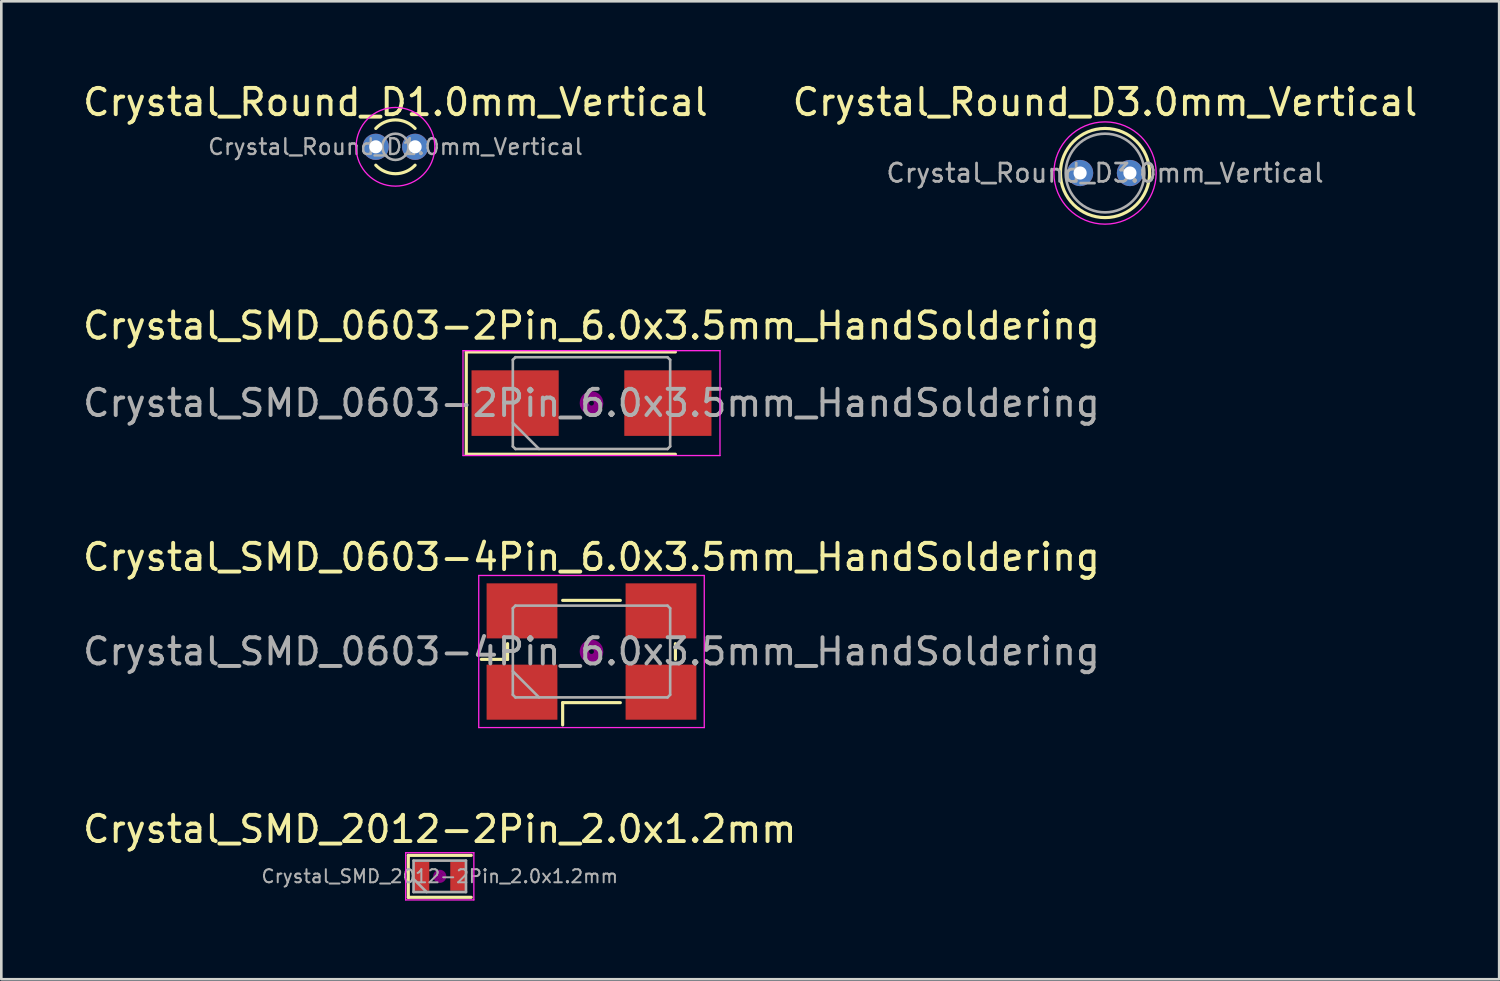
<source format=kicad_pcb>
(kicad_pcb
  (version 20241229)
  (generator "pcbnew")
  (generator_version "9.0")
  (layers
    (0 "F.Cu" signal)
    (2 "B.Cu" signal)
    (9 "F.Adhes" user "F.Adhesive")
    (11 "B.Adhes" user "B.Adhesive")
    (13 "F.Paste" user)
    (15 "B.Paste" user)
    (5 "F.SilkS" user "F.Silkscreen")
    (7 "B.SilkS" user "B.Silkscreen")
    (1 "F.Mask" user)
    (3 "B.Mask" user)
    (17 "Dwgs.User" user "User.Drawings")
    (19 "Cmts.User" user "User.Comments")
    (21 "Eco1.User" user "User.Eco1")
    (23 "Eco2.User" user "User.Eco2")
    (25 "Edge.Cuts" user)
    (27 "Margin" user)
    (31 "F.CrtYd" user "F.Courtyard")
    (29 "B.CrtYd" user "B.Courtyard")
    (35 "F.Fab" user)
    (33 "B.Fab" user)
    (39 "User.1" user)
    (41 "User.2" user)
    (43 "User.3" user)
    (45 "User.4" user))
  (footprint "Crystal_Round_D1.0mm_Vertical"
    (layer "F.Cu")
    (at 11.28 2.548)
    (property "Reference" "Crystal_Round_D1.0mm_Vertical" (at 0.75 -1.7 0) (layer "F.SilkS") (effects (font (size 1 1) (thickness 0.15))))
    (attr through_hole)
    (fp_arc (start 0 -0.7) (mid 0.749553 -1.025914) (end 1.49939 -0.700653) (stroke (width 0.12) (type solid)) (layer "F.SilkS"))
    (fp_arc (start 1.49939 0.700653) (mid 0.749553 1.025914) (end 0 0.7) (stroke (width 0.12) (type solid)) (layer "F.SilkS"))
    (fp_circle (center 0.75 0) (end 2.25 0) (stroke (width 0.05) (type solid)) (fill no) (layer "F.CrtYd"))
    (fp_circle (center 0.75 0) (end 1.25 0) (stroke (width 0.1) (type solid)) (fill no) (layer "F.Fab"))
    (fp_text user "${REFERENCE}" (at 0.75 0 0) (layer "F.Fab") (effects (font (size 0.6 0.6) (thickness 0.09))))
    (pad "1" thru_hole circle (at 0 0) (size 1 1) (drill 0.5) (layers "*.Cu" "*.Mask"))
    (pad "2" thru_hole circle (at 1.5 0) (size 1 1) (drill 0.5) (layers "*.Cu" "*.Mask")))
  (footprint "Crystal_SMD_0603-4Pin_6.0x3.5mm_HandSoldering"
    (layer "F.Cu")
    (at 19.506 21.795)
    (property "Reference" "Crystal_SMD_0603-4Pin_6.0x3.5mm_HandSoldering" (at 0 -3.6 0) (layer "F.SilkS") (effects (font (size 1 1) (thickness 0.15))))
    (attr smd)
    (fp_line (start -4.2 0.3) (end -3.2 0.3) (stroke (width 0.12) (type solid)) (layer "F.SilkS"))
    (fp_line (start -3.2 0.3) (end -3.2 -0.3) (stroke (width 0.12) (type solid)) (layer "F.SilkS"))
    (fp_line (start -1.1 -1.95) (end 1.1 -1.95) (stroke (width 0.12) (type solid)) (layer "F.SilkS"))
    (fp_line (start -1.1 1.95) (end -1.1 2.8) (stroke (width 0.12) (type solid)) (layer "F.SilkS"))
    (fp_line (start 1.1 1.95) (end -1.1 1.95) (stroke (width 0.12) (type solid)) (layer "F.SilkS"))
    (fp_line (start 3.2 -0.3) (end 3.2 0.3) (stroke (width 0.12) (type solid)) (layer "F.SilkS"))
    (fp_circle (center 0 0) (end 0.093 0) (stroke (width 0.187) (type solid)) (fill no) (layer "F.Adhes"))
    (fp_circle (center 0 0) (end 0.213 0) (stroke (width 0.133) (type solid)) (fill no) (layer "F.Adhes"))
    (fp_circle (center 0 0) (end 0.333 0) (stroke (width 0.133) (type solid)) (fill no) (layer "F.Adhes"))
    (fp_circle (center 0 0) (end 0.4 0) (stroke (width 0.1) (type solid)) (fill no) (layer "F.Adhes"))
    (fp_line (start -4.3 -2.9) (end -4.3 2.9) (stroke (width 0.05) (type solid)) (layer "F.CrtYd"))
    (fp_line (start -4.3 2.9) (end 4.3 2.9) (stroke (width 0.05) (type solid)) (layer "F.CrtYd"))
    (fp_line (start 4.3 -2.9) (end -4.3 -2.9) (stroke (width 0.05) (type solid)) (layer "F.CrtYd"))
    (fp_line (start 4.3 2.9) (end 4.3 -2.9) (stroke (width 0.05) (type solid)) (layer "F.CrtYd"))
    (fp_line (start -3 -1.65) (end -2.9 -1.75) (stroke (width 0.1) (type solid)) (layer "F.Fab"))
    (fp_line (start -3 0.75) (end -2 1.75) (stroke (width 0.1) (type solid)) (layer "F.Fab"))
    (fp_line (start -3 1.65) (end -3 -1.65) (stroke (width 0.1) (type solid)) (layer "F.Fab"))
    (fp_line (start -2.9 -1.75) (end 2.9 -1.75) (stroke (width 0.1) (type solid)) (layer "F.Fab"))
    (fp_line (start -2.9 1.75) (end -3 1.65) (stroke (width 0.1) (type solid)) (layer "F.Fab"))
    (fp_line (start 2.9 -1.75) (end 3 -1.65) (stroke (width 0.1) (type solid)) (layer "F.Fab"))
    (fp_line (start 2.9 1.75) (end -2.9 1.75) (stroke (width 0.1) (type solid)) (layer "F.Fab"))
    (fp_line (start 3 -1.65) (end 3 1.65) (stroke (width 0.1) (type solid)) (layer "F.Fab"))
    (fp_line (start 3 1.65) (end 2.9 1.75) (stroke (width 0.1) (type solid)) (layer "F.Fab"))
    (fp_text user "${REFERENCE}" (at 0 0 0) (layer "F.Fab") (effects (font (size 1 1) (thickness 0.15))))
    (pad "1" smd rect (at -2.65 1.55) (size 2.7 2.1) (layers "F.Cu" "F.Mask" "F.Paste"))
    (pad "2" smd rect (at 2.65 1.55) (size 2.7 2.1) (layers "F.Cu" "F.Mask" "F.Paste"))
    (pad "3" smd rect (at 2.65 -1.55) (size 2.7 2.1) (layers "F.Cu" "F.Mask" "F.Paste"))
    (pad "4" smd rect (at -2.65 -1.55) (size 2.7 2.1) (layers "F.Cu" "F.Mask" "F.Paste")))
  (footprint "Crystal_SMD_0603-2Pin_6.0x3.5mm_HandSoldering"
    (layer "F.Cu")
    (at 19.506 12.322)
    (property "Reference" "Crystal_SMD_0603-2Pin_6.0x3.5mm_HandSoldering" (at 0 -2.95 0) (layer "F.SilkS") (effects (font (size 1 1) (thickness 0.15))))
    (attr smd)
    (fp_line (start -4.775 -1.95) (end -4.775 1.95) (stroke (width 0.12) (type solid)) (layer "F.SilkS"))
    (fp_line (start -4.775 1.95) (end 3.2 1.95) (stroke (width 0.12) (type solid)) (layer "F.SilkS"))
    (fp_line (start 3.2 -1.95) (end -4.775 -1.95) (stroke (width 0.12) (type solid)) (layer "F.SilkS"))
    (fp_circle (center 0 0) (end 0.093 0) (stroke (width 0.187) (type solid)) (fill no) (layer "F.Adhes"))
    (fp_circle (center 0 0) (end 0.213 0) (stroke (width 0.133) (type solid)) (fill no) (layer "F.Adhes"))
    (fp_circle (center 0 0) (end 0.333 0) (stroke (width 0.133) (type solid)) (fill no) (layer "F.Adhes"))
    (fp_circle (center 0 0) (end 0.4 0) (stroke (width 0.1) (type solid)) (fill no) (layer "F.Adhes"))
    (fp_line (start -4.9 -2) (end -4.9 2) (stroke (width 0.05) (type solid)) (layer "F.CrtYd"))
    (fp_line (start -4.9 2) (end 4.9 2) (stroke (width 0.05) (type solid)) (layer "F.CrtYd"))
    (fp_line (start 4.9 -2) (end -4.9 -2) (stroke (width 0.05) (type solid)) (layer "F.CrtYd"))
    (fp_line (start 4.9 2) (end 4.9 -2) (stroke (width 0.05) (type solid)) (layer "F.CrtYd"))
    (fp_line (start -3 -1.65) (end -2.9 -1.75) (stroke (width 0.1) (type solid)) (layer "F.Fab"))
    (fp_line (start -3 0.75) (end -2 1.75) (stroke (width 0.1) (type solid)) (layer "F.Fab"))
    (fp_line (start -3 1.65) (end -3 -1.65) (stroke (width 0.1) (type solid)) (layer "F.Fab"))
    (fp_line (start -2.9 -1.75) (end 2.9 -1.75) (stroke (width 0.1) (type solid)) (layer "F.Fab"))
    (fp_line (start -2.9 1.75) (end -3 1.65) (stroke (width 0.1) (type solid)) (layer "F.Fab"))
    (fp_line (start 2.9 -1.75) (end 3 -1.65) (stroke (width 0.1) (type solid)) (layer "F.Fab"))
    (fp_line (start 2.9 1.75) (end -2.9 1.75) (stroke (width 0.1) (type solid)) (layer "F.Fab"))
    (fp_line (start 3 -1.65) (end 3 1.65) (stroke (width 0.1) (type solid)) (layer "F.Fab"))
    (fp_line (start 3 1.65) (end 2.9 1.75) (stroke (width 0.1) (type solid)) (layer "F.Fab"))
    (fp_text user "${REFERENCE}" (at 0 0 0) (layer "F.Fab") (effects (font (size 1 1) (thickness 0.15))))
    (pad "1" smd rect (at -2.913 0) (size 3.325 2.5) (layers "F.Cu" "F.Mask" "F.Paste"))
    (pad "2" smd rect (at 2.913 0) (size 3.325 2.5) (layers "F.Cu" "F.Mask" "F.Paste")))
  (footprint "Crystal_Round_D3.0mm_Vertical"
    (layer "F.Cu")
    (at 38.139 3.548)
    (property "Reference" "Crystal_Round_D3.0mm_Vertical" (at 0.95 -2.7 0) (layer "F.SilkS") (effects (font (size 1 1) (thickness 0.15))))
    (attr through_hole)
    (fp_arc (start -0.75 0) (mid 0.95 -1.7) (end 2.65 0) (stroke (width 0.12) (type solid)) (layer "F.SilkS"))
    (fp_arc (start 2.65 0) (mid 0.95 1.7) (end -0.75 0) (stroke (width 0.12) (type solid)) (layer "F.SilkS"))
    (fp_circle (center 0.95 0) (end 2.9 0) (stroke (width 0.05) (type solid)) (fill no) (layer "F.CrtYd"))
    (fp_circle (center 0.95 0) (end 2.45 0) (stroke (width 0.1) (type solid)) (fill no) (layer "F.Fab"))
    (fp_text user "${REFERENCE}" (at 0.95 0 0) (layer "F.Fab") (effects (font (size 0.7 0.7) (thickness 0.105))))
    (pad "1" thru_hole circle (at 0 0) (size 1 1) (drill 0.5) (layers "*.Cu" "*.Mask"))
    (pad "2" thru_hole circle (at 1.9 0) (size 1 1) (drill 0.5) (layers "*.Cu" "*.Mask")))
  (footprint "Crystal_SMD_2012-2Pin_2.0x1.2mm"
    (layer "F.Cu")
    (at 13.72 30.368)
    (property "Reference" "Crystal_SMD_2012-2Pin_2.0x1.2mm" (at 0 -1.8 0) (layer "F.SilkS") (effects (font (size 1 1) (thickness 0.15))))
    (attr smd)
    (fp_line (start -1.2 -0.8) (end -1.2 0.8) (stroke (width 0.12) (type solid)) (layer "F.SilkS"))
    (fp_line (start -1.2 0.8) (end 1.2 0.8) (stroke (width 0.12) (type solid)) (layer "F.SilkS"))
    (fp_line (start 1.2 -0.8) (end -1.2 -0.8) (stroke (width 0.12) (type solid)) (layer "F.SilkS"))
    (fp_circle (center 0 0) (end 0.047 0) (stroke (width 0.093) (type solid)) (fill no) (layer "F.Adhes"))
    (fp_circle (center 0 0) (end 0.107 0) (stroke (width 0.067) (type solid)) (fill no) (layer "F.Adhes"))
    (fp_circle (center 0 0) (end 0.167 0) (stroke (width 0.067) (type solid)) (fill no) (layer "F.Adhes"))
    (fp_circle (center 0 0) (end 0.2 0) (stroke (width 0.1) (type solid)) (fill no) (layer "F.Adhes"))
    (fp_line (start -1.3 -0.9) (end -1.3 0.9) (stroke (width 0.05) (type solid)) (layer "F.CrtYd"))
    (fp_line (start -1.3 0.9) (end 1.3 0.9) (stroke (width 0.05) (type solid)) (layer "F.CrtYd"))
    (fp_line (start 1.3 -0.9) (end -1.3 -0.9) (stroke (width 0.05) (type solid)) (layer "F.CrtYd"))
    (fp_line (start 1.3 0.9) (end 1.3 -0.9) (stroke (width 0.05) (type solid)) (layer "F.CrtYd"))
    (fp_line (start -1 -0.6) (end -1 0.6) (stroke (width 0.1) (type solid)) (layer "F.Fab"))
    (fp_line (start -1 0.1) (end -0.5 0.6) (stroke (width 0.1) (type solid)) (layer "F.Fab"))
    (fp_line (start -1 0.6) (end 1 0.6) (stroke (width 0.1) (type solid)) (layer "F.Fab"))
    (fp_line (start 1 -0.6) (end -1 -0.6) (stroke (width 0.1) (type solid)) (layer "F.Fab"))
    (fp_line (start 1 0.6) (end 1 -0.6) (stroke (width 0.1) (type solid)) (layer "F.Fab"))
    (fp_text user "${REFERENCE}" (at 0 0 0) (layer "F.Fab") (effects (font (size 0.5 0.5) (thickness 0.075))))
    (pad "1" smd rect (at -0.7 0) (size 0.6 1.1) (layers "F.Cu" "F.Mask" "F.Paste"))
    (pad "2" smd rect (at 0.7 0) (size 0.6 1.1) (layers "F.Cu" "F.Mask" "F.Paste")))
  (gr_rect
    (start -3 -3)
    (end 54.119 34.293)
    (stroke (width 0.1) (type default))
    (fill no)
    (layer "Edge.Cuts")))
</source>
